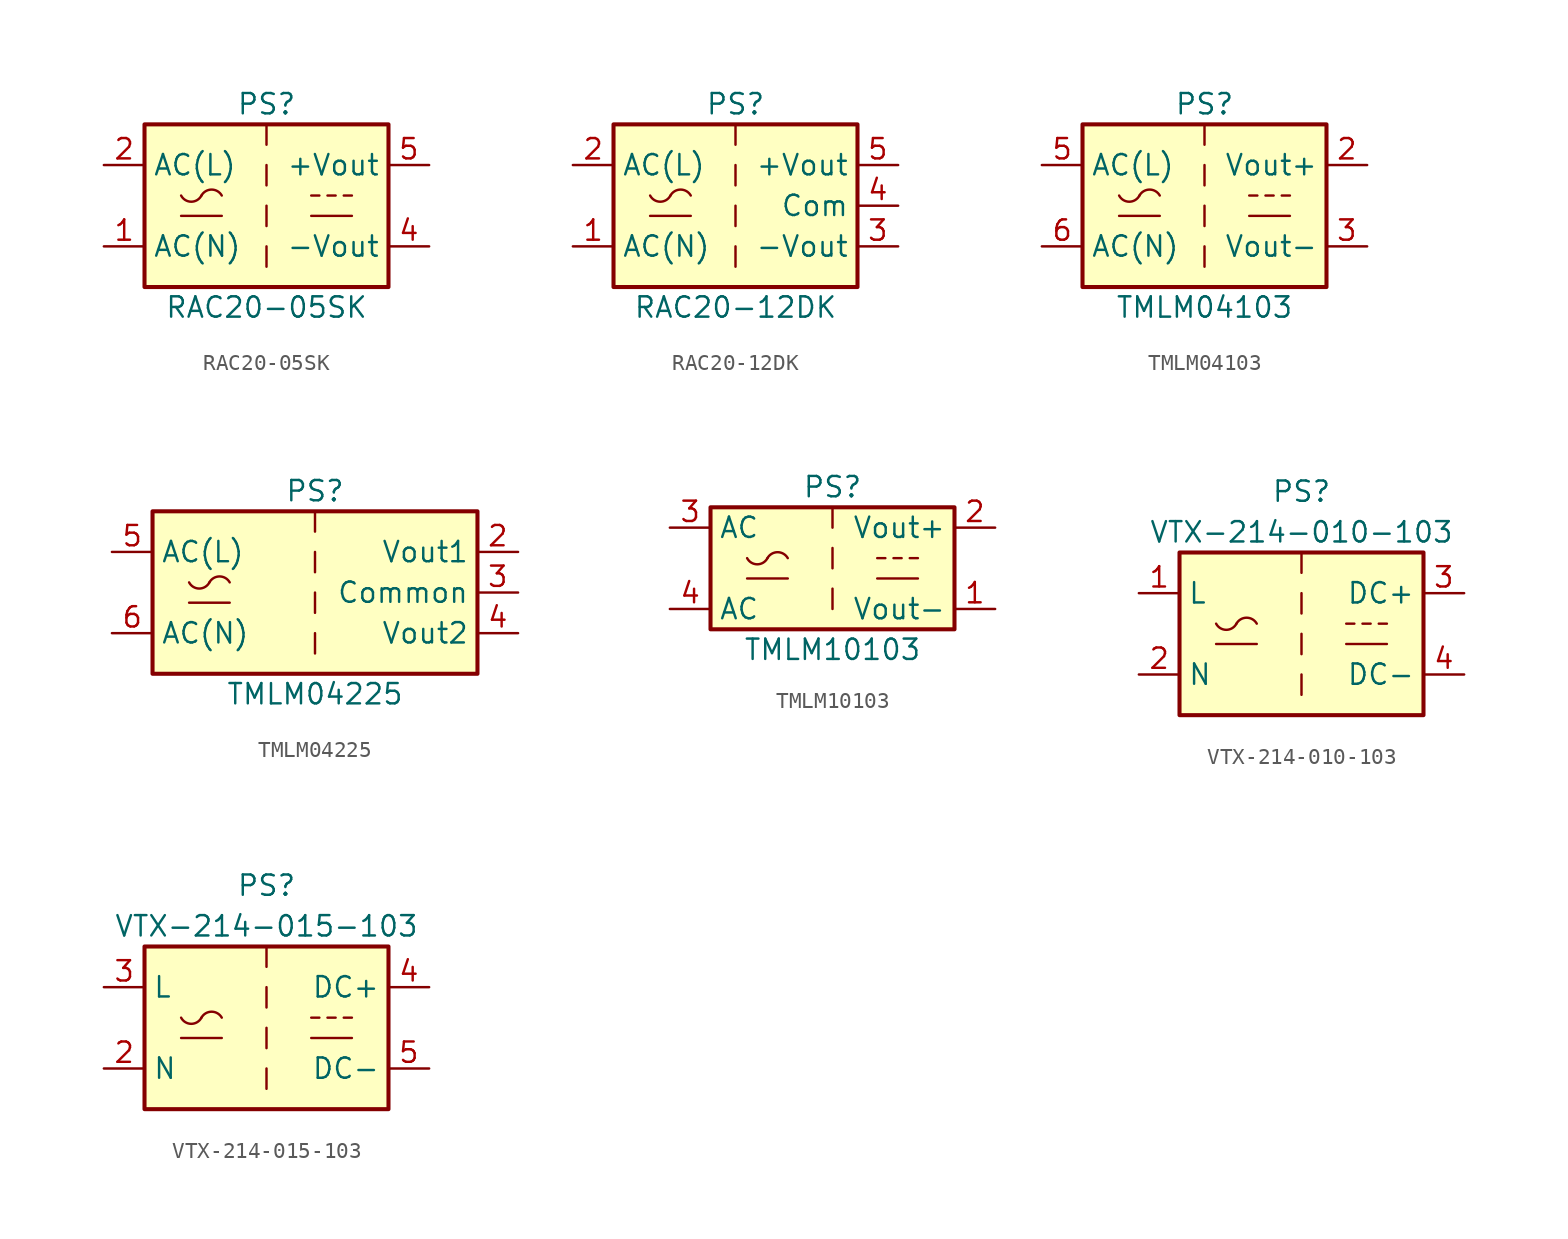
<source format=kicad_sym>
(kicad_symbol_lib
  (version 20241209)
  (generator "kicad_symbol_editor")
  (generator_version "9.0")
  (symbol "RAC20-05SK"
    (property "Reference" "PS"
      (at 0 6.35 0)
      (effects (font (size 1.27 1.27))))
    (property "Value" "RAC20-05SK"
      (at 0 -6.35 0)
      (effects (font (size 1.27 1.27))))
    (symbol "RAC20-05SK_1_1"
      (rectangle (start -7.62 5.08) (end 7.62 -5.08) (stroke (width 0.254) (type default)) (fill (type background)))
      (polyline (pts (xy -5.334 -0.635) (xy -2.794 -0.635)) (stroke (width 0) (type default)) (fill (type none)))
      (arc (start -4.064 0.635) (mid -4.699 0.2495) (end -5.334 0.635) (stroke (width 0) (type default)) (fill (type none)))
      (arc (start -4.064 0.635) (mid -3.429 1.0072) (end -2.794 0.635) (stroke (width 0) (type default)) (fill (type none)))
      (polyline (pts (xy 0 5.08) (xy 0 3.81)) (stroke (width 0) (type default)) (fill (type none)))
      (polyline (pts (xy 0 2.54) (xy 0 1.27)) (stroke (width 0) (type default)) (fill (type none)))
      (polyline (pts (xy 0 0) (xy 0 -1.27)) (stroke (width 0) (type default)) (fill (type none)))
      (polyline (pts (xy 0 -2.54) (xy 0 -3.81)) (stroke (width 0) (type default)) (fill (type none)))
      (polyline (pts (xy 2.794 0.635) (xy 3.302 0.635)) (stroke (width 0) (type default)) (fill (type none)))
      (polyline (pts (xy 2.794 -0.635) (xy 5.334 -0.635)) (stroke (width 0) (type default)) (fill (type none)))
      (polyline (pts (xy 3.81 0.635) (xy 4.318 0.635)) (stroke (width 0) (type default)) (fill (type none)))
      (polyline (pts (xy 4.826 0.635) (xy 5.334 0.635)) (stroke (width 0) (type default)) (fill (type none)))
      (pin power_in line (at -10.16 2.54 0) (length 2.54) (name "AC(L)" (effects (font (size 1.27 1.27)))) (number "2" (effects (font (size 1.27 1.27)))))
      (pin power_in line (at -10.16 -2.54 0) (length 2.54) (name "AC(N)" (effects (font (size 1.27 1.27)))) (number "1" (effects (font (size 1.27 1.27)))))
      (pin power_out line (at 10.16 2.54 180) (length 2.54) (name "+Vout" (effects (font (size 1.27 1.27)))) (number "5" (effects (font (size 1.27 1.27)))))
      (pin power_out line (at 10.16 -2.54 180) (length 2.54) (name "-Vout" (effects (font (size 1.27 1.27)))) (number "4" (effects (font (size 1.27 1.27)))))))
  (symbol "RAC20-12DK"
    (property "Reference" "PS"
      (at 0 6.35 0)
      (effects (font (size 1.27 1.27))))
    (property "Value" "RAC20-12DK"
      (at 0 -6.35 0)
      (effects (font (size 1.27 1.27))))
    (symbol "RAC20-12DK_0_1"
      (rectangle (start -7.62 5.08) (end 7.62 -5.08) (stroke (width 0.254) (type default)) (fill (type background)))
      (polyline (pts (xy -5.334 -0.635) (xy -2.794 -0.635)) (stroke (width 0) (type default)) (fill (type none)))
      (arc (start -4.064 0.635) (mid -4.699 0.2495) (end -5.334 0.635) (stroke (width 0) (type default)) (fill (type none)))
      (arc (start -4.064 0.635) (mid -3.429 1.0072) (end -2.794 0.635) (stroke (width 0) (type default)) (fill (type none)))
      (polyline (pts (xy 0 5.08) (xy 0 3.81)) (stroke (width 0) (type default)) (fill (type none)))
      (polyline (pts (xy 0 2.54) (xy 0 1.27)) (stroke (width 0) (type default)) (fill (type none)))
      (polyline (pts (xy 0 0) (xy 0 -1.27)) (stroke (width 0) (type default)) (fill (type none)))
      (polyline (pts (xy 0 -2.54) (xy 0 -3.81)) (stroke (width 0) (type default)) (fill (type none))))
    (symbol "RAC20-12DK_1_1"
      (pin power_in line (at -10.16 2.54 0) (length 2.54) (name "AC(L)" (effects (font (size 1.27 1.27)))) (number "2" (effects (font (size 1.27 1.27)))))
      (pin power_in line (at -10.16 -2.54 0) (length 2.54) (name "AC(N)" (effects (font (size 1.27 1.27)))) (number "1" (effects (font (size 1.27 1.27)))))
      (pin power_out line (at 10.16 2.54 180) (length 2.54) (name "+Vout" (effects (font (size 1.27 1.27)))) (number "5" (effects (font (size 1.27 1.27)))))
      (pin power_out line (at 10.16 0 180) (length 2.54) (name "Com" (effects (font (size 1.27 1.27)))) (number "4" (effects (font (size 1.27 1.27)))))
      (pin power_out line (at 10.16 -2.54 180) (length 2.54) (name "-Vout" (effects (font (size 1.27 1.27)))) (number "3" (effects (font (size 1.27 1.27)))))))
  (symbol "TMLM04103"
    (property "Reference" "PS"
      (at 0 6.35 0)
      (effects (font (size 1.27 1.27))))
    (property "Value" "TMLM04103"
      (at 0 -6.35 0)
      (effects (font (size 1.27 1.27))))
    (symbol "TMLM04103_0_1"
      (rectangle (start -7.62 5.08) (end 7.62 -5.08) (stroke (width 0.254) (type default)) (fill (type background)))
      (polyline (pts (xy -5.334 -0.635) (xy -2.794 -0.635)) (stroke (width 0) (type default)) (fill (type none)))
      (arc (start -4.064 0.635) (mid -4.699 0.2495) (end -5.334 0.635) (stroke (width 0) (type default)) (fill (type none)))
      (arc (start -4.064 0.635) (mid -3.429 1.0072) (end -2.794 0.635) (stroke (width 0) (type default)) (fill (type none)))
      (polyline (pts (xy 0 5.08) (xy 0 3.81)) (stroke (width 0) (type default)) (fill (type none)))
      (polyline (pts (xy 0 2.54) (xy 0 1.27)) (stroke (width 0) (type default)) (fill (type none)))
      (polyline (pts (xy 0 0) (xy 0 -1.27)) (stroke (width 0) (type default)) (fill (type none)))
      (polyline (pts (xy 0 -2.54) (xy 0 -3.81)) (stroke (width 0) (type default)) (fill (type none)))
      (polyline (pts (xy 2.794 0.635) (xy 3.302 0.635)) (stroke (width 0) (type default)) (fill (type none)))
      (polyline (pts (xy 2.794 -0.635) (xy 5.334 -0.635)) (stroke (width 0) (type default)) (fill (type none)))
      (polyline (pts (xy 3.81 0.635) (xy 4.318 0.635)) (stroke (width 0) (type default)) (fill (type none)))
      (polyline (pts (xy 4.826 0.635) (xy 5.334 0.635)) (stroke (width 0) (type default)) (fill (type none))))
    (symbol "TMLM04103_1_1"
      (pin power_in line (at -10.16 2.54 0) (length 2.54) (name "AC(L)" (effects (font (size 1.27 1.27)))) (number "5" (effects (font (size 1.27 1.27)))))
      (pin power_in line (at -10.16 -2.54 0) (length 2.54) (name "AC(N)" (effects (font (size 1.27 1.27)))) (number "6" (effects (font (size 1.27 1.27)))))
      (pin power_out line (at 10.16 2.54 180) (length 2.54) (name "Vout+" (effects (font (size 1.27 1.27)))) (number "2" (effects (font (size 1.27 1.27)))))
      (pin power_out line (at 10.16 -2.54 180) (length 2.54) (name "Vout-" (effects (font (size 1.27 1.27)))) (number "3" (effects (font (size 1.27 1.27)))))))
  (symbol "TMLM04225"
    (property "Reference" "PS"
      (at 0 6.35 0)
      (effects (font (size 1.27 1.27))))
    (property "Value" "TMLM04225"
      (at 0 -6.35 0)
      (effects (font (size 1.27 1.27))))
    (symbol "TMLM04225_0_1"
      (rectangle (start -10.16 5.08) (end 10.16 -5.08) (stroke (width 0.254) (type default)) (fill (type background)))
      (polyline (pts (xy -7.874 -0.635) (xy -5.334 -0.635)) (stroke (width 0) (type default)) (fill (type none)))
      (arc (start -6.604 0.635) (mid -7.239 0.2495) (end -7.874 0.635) (stroke (width 0) (type default)) (fill (type none)))
      (arc (start -6.604 0.635) (mid -5.969 1.0072) (end -5.334 0.635) (stroke (width 0) (type default)) (fill (type none)))
      (polyline (pts (xy 0 5.08) (xy 0 3.81)) (stroke (width 0) (type default)) (fill (type none)))
      (polyline (pts (xy 0 2.54) (xy 0 1.27)) (stroke (width 0) (type default)) (fill (type none)))
      (polyline (pts (xy 0 0) (xy 0 -1.27)) (stroke (width 0) (type default)) (fill (type none)))
      (polyline (pts (xy 0 -2.54) (xy 0 -3.81)) (stroke (width 0) (type default)) (fill (type none))))
    (symbol "TMLM04225_1_1"
      (pin power_in line (at -12.7 2.54 0) (length 2.54) (name "AC(L)" (effects (font (size 1.27 1.27)))) (number "5" (effects (font (size 1.27 1.27)))))
      (pin power_in line (at -12.7 -2.54 0) (length 2.54) (name "AC(N)" (effects (font (size 1.27 1.27)))) (number "6" (effects (font (size 1.27 1.27)))))
      (pin power_out line (at 12.7 2.54 180) (length 2.54) (name "Vout1" (effects (font (size 1.27 1.27)))) (number "2" (effects (font (size 1.27 1.27)))))
      (pin power_out line (at 12.7 0 180) (length 2.54) (name "Common" (effects (font (size 1.27 1.27)))) (number "3" (effects (font (size 1.27 1.27)))))
      (pin power_out line (at 12.7 -2.54 180) (length 2.54) (name "Vout2" (effects (font (size 1.27 1.27)))) (number "4" (effects (font (size 1.27 1.27)))))))
  (symbol "TMLM10103"
    (property "Reference" "PS"
      (at 0 5.08 0)
      (effects (font (size 1.27 1.27))))
    (property "Value" "TMLM10103"
      (at 0 -5.08 0)
      (effects (font (size 1.27 1.27))))
    (symbol "TMLM10103_0_1"
      (rectangle (start -7.62 3.81) (end 7.62 -3.81) (stroke (width 0.254) (type default)) (fill (type background)))
      (polyline (pts (xy -5.334 -0.635) (xy -2.794 -0.635)) (stroke (width 0) (type default)) (fill (type none)))
      (arc (start -4.064 0.635) (mid -4.699 0.2495) (end -5.334 0.635) (stroke (width 0) (type default)) (fill (type none)))
      (arc (start -4.064 0.635) (mid -3.429 1.0072) (end -2.794 0.635) (stroke (width 0) (type default)) (fill (type none)))
      (polyline (pts (xy 2.794 0.635) (xy 3.302 0.635)) (stroke (width 0) (type default)) (fill (type none)))
      (polyline (pts (xy 2.794 -0.635) (xy 5.334 -0.635)) (stroke (width 0) (type default)) (fill (type none)))
      (polyline (pts (xy 3.81 0.635) (xy 4.318 0.635)) (stroke (width 0) (type default)) (fill (type none)))
      (polyline (pts (xy 4.826 0.635) (xy 5.334 0.635)) (stroke (width 0) (type default)) (fill (type none))))
    (symbol "TMLM10103_1_1"
      (polyline (pts (xy 0 3.81) (xy 0 2.54)) (stroke (width 0) (type default)) (fill (type none)))
      (polyline (pts (xy 0 1.27) (xy 0 0)) (stroke (width 0) (type default)) (fill (type none)))
      (polyline (pts (xy 0 -1.27) (xy 0 -2.54)) (stroke (width 0) (type default)) (fill (type none)))
      (pin power_in line (at -10.16 2.54 0) (length 2.54) (name "AC" (effects (font (size 1.27 1.27)))) (number "3" (effects (font (size 1.27 1.27)))))
      (pin power_in line (at -10.16 -2.54 0) (length 2.54) (name "AC" (effects (font (size 1.27 1.27)))) (number "4" (effects (font (size 1.27 1.27)))))
      (pin power_out line (at 10.16 2.54 180) (length 2.54) (name "Vout+" (effects (font (size 1.27 1.27)))) (number "2" (effects (font (size 1.27 1.27)))))
      (pin power_out line (at 10.16 -2.54 180) (length 2.54) (name "Vout-" (effects (font (size 1.27 1.27)))) (number "1" (effects (font (size 1.27 1.27)))))))
  (symbol "VTX-214-010-103"
    (property "Reference" "PS"
      (at 0 8.89 0)
      (effects (font (size 1.27 1.27))))
    (property "Value" "VTX-214-010-103"
      (at 0 6.35 0)
      (effects (font (size 1.27 1.27))))
    (symbol "VTX-214-010-103_0_1"
      (rectangle (start -7.62 5.08) (end 7.62 -5.08) (stroke (width 0.254) (type default)) (fill (type background)))
      (polyline (pts (xy -5.334 -0.635) (xy -2.794 -0.635)) (stroke (width 0) (type default)) (fill (type none)))
      (arc (start -4.064 0.635) (mid -4.699 0.2495) (end -5.334 0.635) (stroke (width 0) (type default)) (fill (type none)))
      (arc (start -4.064 0.635) (mid -3.429 1.0072) (end -2.794 0.635) (stroke (width 0) (type default)) (fill (type none)))
      (polyline (pts (xy 2.794 0.635) (xy 3.302 0.635)) (stroke (width 0) (type default)) (fill (type none)))
      (polyline (pts (xy 2.794 -0.635) (xy 5.334 -0.635)) (stroke (width 0) (type default)) (fill (type none)))
      (polyline (pts (xy 3.81 0.635) (xy 4.318 0.635)) (stroke (width 0) (type default)) (fill (type none)))
      (polyline (pts (xy 4.826 0.635) (xy 5.334 0.635)) (stroke (width 0) (type default)) (fill (type none))))
    (symbol "VTX-214-010-103_1_1"
      (polyline (pts (xy 0 5.08) (xy 0 3.81)) (stroke (width 0) (type default)) (fill (type none)))
      (polyline (pts (xy 0 2.54) (xy 0 1.27)) (stroke (width 0) (type default)) (fill (type none)))
      (polyline (pts (xy 0 0) (xy 0 -1.27)) (stroke (width 0) (type default)) (fill (type none)))
      (polyline (pts (xy 0 -2.54) (xy 0 -3.81)) (stroke (width 0) (type default)) (fill (type none)))
      (pin power_in line (at -10.16 2.54 0) (length 2.54) (name "L" (effects (font (size 1.27 1.27)))) (number "1" (effects (font (size 1.27 1.27)))))
      (pin power_in line (at -10.16 -2.54 0) (length 2.54) (name "N" (effects (font (size 1.27 1.27)))) (number "2" (effects (font (size 1.27 1.27)))))
      (pin power_out line (at 10.16 2.54 180) (length 2.54) (name "DC+" (effects (font (size 1.27 1.27)))) (number "3" (effects (font (size 1.27 1.27)))))
      (pin power_out line (at 10.16 -2.54 180) (length 2.54) (name "DC-" (effects (font (size 1.27 1.27)))) (number "4" (effects (font (size 1.27 1.27)))))))
  (symbol "VTX-214-015-103"
    (property "Reference" "PS"
      (at 0 8.89 0)
      (effects (font (size 1.27 1.27))))
    (property "Value" "VTX-214-015-103"
      (at 0 6.35 0)
      (effects (font (size 1.27 1.27))))
    (symbol "VTX-214-015-103_0_1"
      (rectangle (start -7.62 5.08) (end 7.62 -5.08) (stroke (width 0.254) (type default)) (fill (type background)))
      (polyline (pts (xy -5.334 -0.635) (xy -2.794 -0.635)) (stroke (width 0) (type default)) (fill (type none)))
      (arc (start -4.064 0.635) (mid -4.699 0.2495) (end -5.334 0.635) (stroke (width 0) (type default)) (fill (type none)))
      (arc (start -4.064 0.635) (mid -3.429 1.0072) (end -2.794 0.635) (stroke (width 0) (type default)) (fill (type none)))
      (polyline (pts (xy 2.794 0.635) (xy 3.302 0.635)) (stroke (width 0) (type default)) (fill (type none)))
      (polyline (pts (xy 2.794 -0.635) (xy 5.334 -0.635)) (stroke (width 0) (type default)) (fill (type none)))
      (polyline (pts (xy 3.81 0.635) (xy 4.318 0.635)) (stroke (width 0) (type default)) (fill (type none)))
      (polyline (pts (xy 4.826 0.635) (xy 5.334 0.635)) (stroke (width 0) (type default)) (fill (type none))))
    (symbol "VTX-214-015-103_1_1"
      (polyline (pts (xy 0 5.08) (xy 0 3.81)) (stroke (width 0) (type default)) (fill (type none)))
      (polyline (pts (xy 0 2.54) (xy 0 1.27)) (stroke (width 0) (type default)) (fill (type none)))
      (polyline (pts (xy 0 0) (xy 0 -1.27)) (stroke (width 0) (type default)) (fill (type none)))
      (polyline (pts (xy 0 -2.54) (xy 0 -3.81)) (stroke (width 0) (type default)) (fill (type none)))
      (pin power_in line (at -10.16 2.54 0) (length 2.54) (name "L" (effects (font (size 1.27 1.27)))) (number "3" (effects (font (size 1.27 1.27)))))
      (pin power_in line (at -10.16 -2.54 0) (length 2.54) (name "N" (effects (font (size 1.27 1.27)))) (number "2" (effects (font (size 1.27 1.27)))))
      (pin no_connect line (at 0 -5.08 90) (length 2.54) (hide yes) (name "FG" (effects (font (size 1.27 1.27)))) (number "1" (effects (font (size 1.27 1.27)))))
      (pin power_out line (at 10.16 2.54 180) (length 2.54) (name "DC+" (effects (font (size 1.27 1.27)))) (number "4" (effects (font (size 1.27 1.27)))))
      (pin power_out line (at 10.16 -2.54 180) (length 2.54) (name "DC-" (effects (font (size 1.27 1.27)))) (number "5" (effects (font (size 1.27 1.27))))))))
</source>
